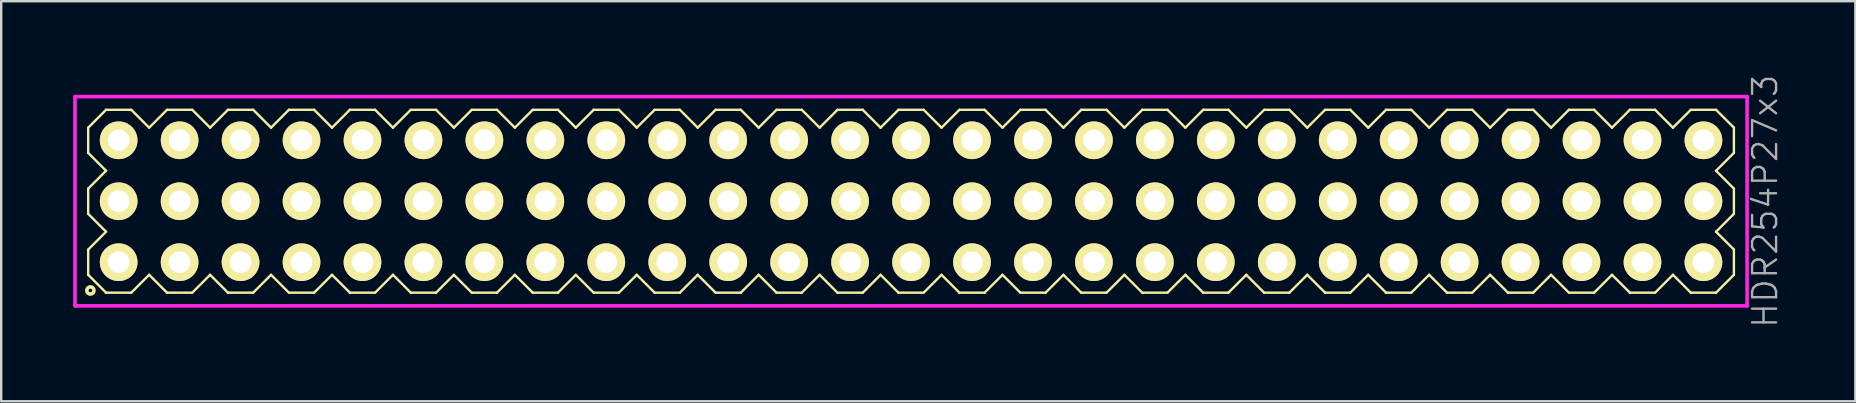
<source format=kicad_pcb>
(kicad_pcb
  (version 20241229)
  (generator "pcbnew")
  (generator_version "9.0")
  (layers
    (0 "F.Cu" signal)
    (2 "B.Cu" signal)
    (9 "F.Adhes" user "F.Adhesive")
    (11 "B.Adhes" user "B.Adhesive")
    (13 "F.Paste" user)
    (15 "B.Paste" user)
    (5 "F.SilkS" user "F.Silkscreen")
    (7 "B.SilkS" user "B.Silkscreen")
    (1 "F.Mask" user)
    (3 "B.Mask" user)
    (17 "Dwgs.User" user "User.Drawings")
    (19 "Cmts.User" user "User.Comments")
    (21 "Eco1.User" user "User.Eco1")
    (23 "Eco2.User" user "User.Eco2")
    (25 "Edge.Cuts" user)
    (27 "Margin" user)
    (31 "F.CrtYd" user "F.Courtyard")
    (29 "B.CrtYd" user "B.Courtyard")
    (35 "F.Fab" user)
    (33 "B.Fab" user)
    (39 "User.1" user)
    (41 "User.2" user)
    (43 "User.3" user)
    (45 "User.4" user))
  (footprint "HDR254P27x3"
    (layer "F.Cu")
    (at 34.915 5.336)
    (property "Reference" "HDR254P27x3" (at 35.59 0 90) (layer "F.Fab") (effects (font (size 1 1) (thickness 0.1))))
    (attr through_hole)
    (fp_line (start -34.29 -3.066) (end -33.546 -3.81) (stroke (width 0.1) (type solid)) (layer "F.SilkS"))
    (fp_line (start -34.29 -2.014) (end -34.29 -3.066) (stroke (width 0.1) (type solid)) (layer "F.SilkS"))
    (fp_line (start -34.29 -0.526) (end -33.546 -1.27) (stroke (width 0.1) (type solid)) (layer "F.SilkS"))
    (fp_line (start -34.29 0.526) (end -34.29 -0.526) (stroke (width 0.1) (type solid)) (layer "F.SilkS"))
    (fp_line (start -34.29 2.014) (end -33.546 1.27) (stroke (width 0.1) (type solid)) (layer "F.SilkS"))
    (fp_line (start -34.29 3.066) (end -34.29 2.014) (stroke (width 0.1) (type solid)) (layer "F.SilkS"))
    (fp_line (start -33.546 -3.81) (end -32.494 -3.81) (stroke (width 0.1) (type solid)) (layer "F.SilkS"))
    (fp_line (start -33.546 -1.27) (end -34.29 -2.014) (stroke (width 0.1) (type solid)) (layer "F.SilkS"))
    (fp_line (start -33.546 1.27) (end -34.29 0.526) (stroke (width 0.1) (type solid)) (layer "F.SilkS"))
    (fp_line (start -33.546 3.81) (end -34.29 3.066) (stroke (width 0.1) (type solid)) (layer "F.SilkS"))
    (fp_line (start -32.494 -3.81) (end -31.75 -3.066) (stroke (width 0.1) (type solid)) (layer "F.SilkS"))
    (fp_line (start -32.494 3.81) (end -33.546 3.81) (stroke (width 0.1) (type solid)) (layer "F.SilkS"))
    (fp_line (start -31.75 -3.066) (end -31.006 -3.81) (stroke (width 0.1) (type solid)) (layer "F.SilkS"))
    (fp_line (start -31.75 3.066) (end -32.494 3.81) (stroke (width 0.1) (type solid)) (layer "F.SilkS"))
    (fp_line (start -31.006 -3.81) (end -29.954 -3.81) (stroke (width 0.1) (type solid)) (layer "F.SilkS"))
    (fp_line (start -31.006 3.81) (end -31.75 3.066) (stroke (width 0.1) (type solid)) (layer "F.SilkS"))
    (fp_line (start -29.954 -3.81) (end -29.21 -3.066) (stroke (width 0.1) (type solid)) (layer "F.SilkS"))
    (fp_line (start -29.954 3.81) (end -31.006 3.81) (stroke (width 0.1) (type solid)) (layer "F.SilkS"))
    (fp_line (start -29.21 -3.066) (end -28.466 -3.81) (stroke (width 0.1) (type solid)) (layer "F.SilkS"))
    (fp_line (start -29.21 3.066) (end -29.954 3.81) (stroke (width 0.1) (type solid)) (layer "F.SilkS"))
    (fp_line (start -28.466 -3.81) (end -27.414 -3.81) (stroke (width 0.1) (type solid)) (layer "F.SilkS"))
    (fp_line (start -28.466 3.81) (end -29.21 3.066) (stroke (width 0.1) (type solid)) (layer "F.SilkS"))
    (fp_line (start -27.414 -3.81) (end -26.67 -3.066) (stroke (width 0.1) (type solid)) (layer "F.SilkS"))
    (fp_line (start -27.414 3.81) (end -28.466 3.81) (stroke (width 0.1) (type solid)) (layer "F.SilkS"))
    (fp_line (start -26.67 -3.066) (end -25.926 -3.81) (stroke (width 0.1) (type solid)) (layer "F.SilkS"))
    (fp_line (start -26.67 3.066) (end -27.414 3.81) (stroke (width 0.1) (type solid)) (layer "F.SilkS"))
    (fp_line (start -25.926 -3.81) (end -24.874 -3.81) (stroke (width 0.1) (type solid)) (layer "F.SilkS"))
    (fp_line (start -25.926 3.81) (end -26.67 3.066) (stroke (width 0.1) (type solid)) (layer "F.SilkS"))
    (fp_line (start -24.874 -3.81) (end -24.13 -3.066) (stroke (width 0.1) (type solid)) (layer "F.SilkS"))
    (fp_line (start -24.874 3.81) (end -25.926 3.81) (stroke (width 0.1) (type solid)) (layer "F.SilkS"))
    (fp_line (start -24.13 -3.066) (end -23.386 -3.81) (stroke (width 0.1) (type solid)) (layer "F.SilkS"))
    (fp_line (start -24.13 3.066) (end -24.874 3.81) (stroke (width 0.1) (type solid)) (layer "F.SilkS"))
    (fp_line (start -23.386 -3.81) (end -22.334 -3.81) (stroke (width 0.1) (type solid)) (layer "F.SilkS"))
    (fp_line (start -23.386 3.81) (end -24.13 3.066) (stroke (width 0.1) (type solid)) (layer "F.SilkS"))
    (fp_line (start -22.334 -3.81) (end -21.59 -3.066) (stroke (width 0.1) (type solid)) (layer "F.SilkS"))
    (fp_line (start -22.334 3.81) (end -23.386 3.81) (stroke (width 0.1) (type solid)) (layer "F.SilkS"))
    (fp_line (start -21.59 -3.066) (end -20.846 -3.81) (stroke (width 0.1) (type solid)) (layer "F.SilkS"))
    (fp_line (start -21.59 3.066) (end -22.334 3.81) (stroke (width 0.1) (type solid)) (layer "F.SilkS"))
    (fp_line (start -20.846 -3.81) (end -19.794 -3.81) (stroke (width 0.1) (type solid)) (layer "F.SilkS"))
    (fp_line (start -20.846 3.81) (end -21.59 3.066) (stroke (width 0.1) (type solid)) (layer "F.SilkS"))
    (fp_line (start -19.794 -3.81) (end -19.05 -3.066) (stroke (width 0.1) (type solid)) (layer "F.SilkS"))
    (fp_line (start -19.794 3.81) (end -20.846 3.81) (stroke (width 0.1) (type solid)) (layer "F.SilkS"))
    (fp_line (start -19.05 -3.066) (end -18.306 -3.81) (stroke (width 0.1) (type solid)) (layer "F.SilkS"))
    (fp_line (start -19.05 3.066) (end -19.794 3.81) (stroke (width 0.1) (type solid)) (layer "F.SilkS"))
    (fp_line (start -18.306 -3.81) (end -17.254 -3.81) (stroke (width 0.1) (type solid)) (layer "F.SilkS"))
    (fp_line (start -18.306 3.81) (end -19.05 3.066) (stroke (width 0.1) (type solid)) (layer "F.SilkS"))
    (fp_line (start -17.254 -3.81) (end -16.51 -3.066) (stroke (width 0.1) (type solid)) (layer "F.SilkS"))
    (fp_line (start -17.254 3.81) (end -18.306 3.81) (stroke (width 0.1) (type solid)) (layer "F.SilkS"))
    (fp_line (start -16.51 -3.066) (end -15.766 -3.81) (stroke (width 0.1) (type solid)) (layer "F.SilkS"))
    (fp_line (start -16.51 3.066) (end -17.254 3.81) (stroke (width 0.1) (type solid)) (layer "F.SilkS"))
    (fp_line (start -15.766 -3.81) (end -14.714 -3.81) (stroke (width 0.1) (type solid)) (layer "F.SilkS"))
    (fp_line (start -15.766 3.81) (end -16.51 3.066) (stroke (width 0.1) (type solid)) (layer "F.SilkS"))
    (fp_line (start -14.714 -3.81) (end -13.97 -3.066) (stroke (width 0.1) (type solid)) (layer "F.SilkS"))
    (fp_line (start -14.714 3.81) (end -15.766 3.81) (stroke (width 0.1) (type solid)) (layer "F.SilkS"))
    (fp_line (start -13.97 -3.066) (end -13.226 -3.81) (stroke (width 0.1) (type solid)) (layer "F.SilkS"))
    (fp_line (start -13.97 3.066) (end -14.714 3.81) (stroke (width 0.1) (type solid)) (layer "F.SilkS"))
    (fp_line (start -13.226 -3.81) (end -12.174 -3.81) (stroke (width 0.1) (type solid)) (layer "F.SilkS"))
    (fp_line (start -13.226 3.81) (end -13.97 3.066) (stroke (width 0.1) (type solid)) (layer "F.SilkS"))
    (fp_line (start -12.174 -3.81) (end -11.43 -3.066) (stroke (width 0.1) (type solid)) (layer "F.SilkS"))
    (fp_line (start -12.174 3.81) (end -13.226 3.81) (stroke (width 0.1) (type solid)) (layer "F.SilkS"))
    (fp_line (start -11.43 -3.066) (end -10.686 -3.81) (stroke (width 0.1) (type solid)) (layer "F.SilkS"))
    (fp_line (start -11.43 3.066) (end -12.174 3.81) (stroke (width 0.1) (type solid)) (layer "F.SilkS"))
    (fp_line (start -10.686 -3.81) (end -9.634 -3.81) (stroke (width 0.1) (type solid)) (layer "F.SilkS"))
    (fp_line (start -10.686 3.81) (end -11.43 3.066) (stroke (width 0.1) (type solid)) (layer "F.SilkS"))
    (fp_line (start -9.634 -3.81) (end -8.89 -3.066) (stroke (width 0.1) (type solid)) (layer "F.SilkS"))
    (fp_line (start -9.634 3.81) (end -10.686 3.81) (stroke (width 0.1) (type solid)) (layer "F.SilkS"))
    (fp_line (start -8.89 -3.066) (end -8.146 -3.81) (stroke (width 0.1) (type solid)) (layer "F.SilkS"))
    (fp_line (start -8.89 3.066) (end -9.634 3.81) (stroke (width 0.1) (type solid)) (layer "F.SilkS"))
    (fp_line (start -8.146 -3.81) (end -7.094 -3.81) (stroke (width 0.1) (type solid)) (layer "F.SilkS"))
    (fp_line (start -8.146 3.81) (end -8.89 3.066) (stroke (width 0.1) (type solid)) (layer "F.SilkS"))
    (fp_line (start -7.094 -3.81) (end -6.35 -3.066) (stroke (width 0.1) (type solid)) (layer "F.SilkS"))
    (fp_line (start -7.094 3.81) (end -8.146 3.81) (stroke (width 0.1) (type solid)) (layer "F.SilkS"))
    (fp_line (start -6.35 -3.066) (end -5.606 -3.81) (stroke (width 0.1) (type solid)) (layer "F.SilkS"))
    (fp_line (start -6.35 3.066) (end -7.094 3.81) (stroke (width 0.1) (type solid)) (layer "F.SilkS"))
    (fp_line (start -5.606 -3.81) (end -4.554 -3.81) (stroke (width 0.1) (type solid)) (layer "F.SilkS"))
    (fp_line (start -5.606 3.81) (end -6.35 3.066) (stroke (width 0.1) (type solid)) (layer "F.SilkS"))
    (fp_line (start -4.554 -3.81) (end -3.81 -3.066) (stroke (width 0.1) (type solid)) (layer "F.SilkS"))
    (fp_line (start -4.554 3.81) (end -5.606 3.81) (stroke (width 0.1) (type solid)) (layer "F.SilkS"))
    (fp_line (start -3.81 -3.066) (end -3.066 -3.81) (stroke (width 0.1) (type solid)) (layer "F.SilkS"))
    (fp_line (start -3.81 3.066) (end -4.554 3.81) (stroke (width 0.1) (type solid)) (layer "F.SilkS"))
    (fp_line (start -3.066 -3.81) (end -2.014 -3.81) (stroke (width 0.1) (type solid)) (layer "F.SilkS"))
    (fp_line (start -3.066 3.81) (end -3.81 3.066) (stroke (width 0.1) (type solid)) (layer "F.SilkS"))
    (fp_line (start -2.014 -3.81) (end -1.27 -3.066) (stroke (width 0.1) (type solid)) (layer "F.SilkS"))
    (fp_line (start -2.014 3.81) (end -3.066 3.81) (stroke (width 0.1) (type solid)) (layer "F.SilkS"))
    (fp_line (start -1.27 -3.066) (end -0.526 -3.81) (stroke (width 0.1) (type solid)) (layer "F.SilkS"))
    (fp_line (start -1.27 3.066) (end -2.014 3.81) (stroke (width 0.1) (type solid)) (layer "F.SilkS"))
    (fp_line (start -0.526 -3.81) (end 0.526 -3.81) (stroke (width 0.1) (type solid)) (layer "F.SilkS"))
    (fp_line (start -0.526 3.81) (end -1.27 3.066) (stroke (width 0.1) (type solid)) (layer "F.SilkS"))
    (fp_line (start 0.526 -3.81) (end 1.27 -3.066) (stroke (width 0.1) (type solid)) (layer "F.SilkS"))
    (fp_line (start 0.526 3.81) (end -0.526 3.81) (stroke (width 0.1) (type solid)) (layer "F.SilkS"))
    (fp_line (start 1.27 -3.066) (end 2.014 -3.81) (stroke (width 0.1) (type solid)) (layer "F.SilkS"))
    (fp_line (start 1.27 3.066) (end 0.526 3.81) (stroke (width 0.1) (type solid)) (layer "F.SilkS"))
    (fp_line (start 2.014 -3.81) (end 3.066 -3.81) (stroke (width 0.1) (type solid)) (layer "F.SilkS"))
    (fp_line (start 2.014 3.81) (end 1.27 3.066) (stroke (width 0.1) (type solid)) (layer "F.SilkS"))
    (fp_line (start 3.066 -3.81) (end 3.81 -3.066) (stroke (width 0.1) (type solid)) (layer "F.SilkS"))
    (fp_line (start 3.066 3.81) (end 2.014 3.81) (stroke (width 0.1) (type solid)) (layer "F.SilkS"))
    (fp_line (start 3.81 -3.066) (end 4.554 -3.81) (stroke (width 0.1) (type solid)) (layer "F.SilkS"))
    (fp_line (start 3.81 3.066) (end 3.066 3.81) (stroke (width 0.1) (type solid)) (layer "F.SilkS"))
    (fp_line (start 4.554 -3.81) (end 5.606 -3.81) (stroke (width 0.1) (type solid)) (layer "F.SilkS"))
    (fp_line (start 4.554 3.81) (end 3.81 3.066) (stroke (width 0.1) (type solid)) (layer "F.SilkS"))
    (fp_line (start 5.606 -3.81) (end 6.35 -3.066) (stroke (width 0.1) (type solid)) (layer "F.SilkS"))
    (fp_line (start 5.606 3.81) (end 4.554 3.81) (stroke (width 0.1) (type solid)) (layer "F.SilkS"))
    (fp_line (start 6.35 -3.066) (end 7.094 -3.81) (stroke (width 0.1) (type solid)) (layer "F.SilkS"))
    (fp_line (start 6.35 3.066) (end 5.606 3.81) (stroke (width 0.1) (type solid)) (layer "F.SilkS"))
    (fp_line (start 7.094 -3.81) (end 8.146 -3.81) (stroke (width 0.1) (type solid)) (layer "F.SilkS"))
    (fp_line (start 7.094 3.81) (end 6.35 3.066) (stroke (width 0.1) (type solid)) (layer "F.SilkS"))
    (fp_line (start 8.146 -3.81) (end 8.89 -3.066) (stroke (width 0.1) (type solid)) (layer "F.SilkS"))
    (fp_line (start 8.146 3.81) (end 7.094 3.81) (stroke (width 0.1) (type solid)) (layer "F.SilkS"))
    (fp_line (start 8.89 -3.066) (end 9.634 -3.81) (stroke (width 0.1) (type solid)) (layer "F.SilkS"))
    (fp_line (start 8.89 3.066) (end 8.146 3.81) (stroke (width 0.1) (type solid)) (layer "F.SilkS"))
    (fp_line (start 9.634 -3.81) (end 10.686 -3.81) (stroke (width 0.1) (type solid)) (layer "F.SilkS"))
    (fp_line (start 9.634 3.81) (end 8.89 3.066) (stroke (width 0.1) (type solid)) (layer "F.SilkS"))
    (fp_line (start 10.686 -3.81) (end 11.43 -3.066) (stroke (width 0.1) (type solid)) (layer "F.SilkS"))
    (fp_line (start 10.686 3.81) (end 9.634 3.81) (stroke (width 0.1) (type solid)) (layer "F.SilkS"))
    (fp_line (start 11.43 -3.066) (end 12.174 -3.81) (stroke (width 0.1) (type solid)) (layer "F.SilkS"))
    (fp_line (start 11.43 3.066) (end 10.686 3.81) (stroke (width 0.1) (type solid)) (layer "F.SilkS"))
    (fp_line (start 12.174 -3.81) (end 13.226 -3.81) (stroke (width 0.1) (type solid)) (layer "F.SilkS"))
    (fp_line (start 12.174 3.81) (end 11.43 3.066) (stroke (width 0.1) (type solid)) (layer "F.SilkS"))
    (fp_line (start 13.226 -3.81) (end 13.97 -3.066) (stroke (width 0.1) (type solid)) (layer "F.SilkS"))
    (fp_line (start 13.226 3.81) (end 12.174 3.81) (stroke (width 0.1) (type solid)) (layer "F.SilkS"))
    (fp_line (start 13.97 -3.066) (end 14.714 -3.81) (stroke (width 0.1) (type solid)) (layer "F.SilkS"))
    (fp_line (start 13.97 3.066) (end 13.226 3.81) (stroke (width 0.1) (type solid)) (layer "F.SilkS"))
    (fp_line (start 14.714 -3.81) (end 15.766 -3.81) (stroke (width 0.1) (type solid)) (layer "F.SilkS"))
    (fp_line (start 14.714 3.81) (end 13.97 3.066) (stroke (width 0.1) (type solid)) (layer "F.SilkS"))
    (fp_line (start 15.766 -3.81) (end 16.51 -3.066) (stroke (width 0.1) (type solid)) (layer "F.SilkS"))
    (fp_line (start 15.766 3.81) (end 14.714 3.81) (stroke (width 0.1) (type solid)) (layer "F.SilkS"))
    (fp_line (start 16.51 -3.066) (end 17.254 -3.81) (stroke (width 0.1) (type solid)) (layer "F.SilkS"))
    (fp_line (start 16.51 3.066) (end 15.766 3.81) (stroke (width 0.1) (type solid)) (layer "F.SilkS"))
    (fp_line (start 17.254 -3.81) (end 18.306 -3.81) (stroke (width 0.1) (type solid)) (layer "F.SilkS"))
    (fp_line (start 17.254 3.81) (end 16.51 3.066) (stroke (width 0.1) (type solid)) (layer "F.SilkS"))
    (fp_line (start 18.306 -3.81) (end 19.05 -3.066) (stroke (width 0.1) (type solid)) (layer "F.SilkS"))
    (fp_line (start 18.306 3.81) (end 17.254 3.81) (stroke (width 0.1) (type solid)) (layer "F.SilkS"))
    (fp_line (start 19.05 -3.066) (end 19.794 -3.81) (stroke (width 0.1) (type solid)) (layer "F.SilkS"))
    (fp_line (start 19.05 3.066) (end 18.306 3.81) (stroke (width 0.1) (type solid)) (layer "F.SilkS"))
    (fp_line (start 19.794 -3.81) (end 20.846 -3.81) (stroke (width 0.1) (type solid)) (layer "F.SilkS"))
    (fp_line (start 19.794 3.81) (end 19.05 3.066) (stroke (width 0.1) (type solid)) (layer "F.SilkS"))
    (fp_line (start 20.846 -3.81) (end 21.59 -3.066) (stroke (width 0.1) (type solid)) (layer "F.SilkS"))
    (fp_line (start 20.846 3.81) (end 19.794 3.81) (stroke (width 0.1) (type solid)) (layer "F.SilkS"))
    (fp_line (start 21.59 -3.066) (end 22.334 -3.81) (stroke (width 0.1) (type solid)) (layer "F.SilkS"))
    (fp_line (start 21.59 3.066) (end 20.846 3.81) (stroke (width 0.1) (type solid)) (layer "F.SilkS"))
    (fp_line (start 22.334 -3.81) (end 23.386 -3.81) (stroke (width 0.1) (type solid)) (layer "F.SilkS"))
    (fp_line (start 22.334 3.81) (end 21.59 3.066) (stroke (width 0.1) (type solid)) (layer "F.SilkS"))
    (fp_line (start 23.386 -3.81) (end 24.13 -3.066) (stroke (width 0.1) (type solid)) (layer "F.SilkS"))
    (fp_line (start 23.386 3.81) (end 22.334 3.81) (stroke (width 0.1) (type solid)) (layer "F.SilkS"))
    (fp_line (start 24.13 -3.066) (end 24.874 -3.81) (stroke (width 0.1) (type solid)) (layer "F.SilkS"))
    (fp_line (start 24.13 3.066) (end 23.386 3.81) (stroke (width 0.1) (type solid)) (layer "F.SilkS"))
    (fp_line (start 24.874 -3.81) (end 25.926 -3.81) (stroke (width 0.1) (type solid)) (layer "F.SilkS"))
    (fp_line (start 24.874 3.81) (end 24.13 3.066) (stroke (width 0.1) (type solid)) (layer "F.SilkS"))
    (fp_line (start 25.926 -3.81) (end 26.67 -3.066) (stroke (width 0.1) (type solid)) (layer "F.SilkS"))
    (fp_line (start 25.926 3.81) (end 24.874 3.81) (stroke (width 0.1) (type solid)) (layer "F.SilkS"))
    (fp_line (start 26.67 -3.066) (end 27.414 -3.81) (stroke (width 0.1) (type solid)) (layer "F.SilkS"))
    (fp_line (start 26.67 3.066) (end 25.926 3.81) (stroke (width 0.1) (type solid)) (layer "F.SilkS"))
    (fp_line (start 27.414 -3.81) (end 28.466 -3.81) (stroke (width 0.1) (type solid)) (layer "F.SilkS"))
    (fp_line (start 27.414 3.81) (end 26.67 3.066) (stroke (width 0.1) (type solid)) (layer "F.SilkS"))
    (fp_line (start 28.466 -3.81) (end 29.21 -3.066) (stroke (width 0.1) (type solid)) (layer "F.SilkS"))
    (fp_line (start 28.466 3.81) (end 27.414 3.81) (stroke (width 0.1) (type solid)) (layer "F.SilkS"))
    (fp_line (start 29.21 -3.066) (end 29.954 -3.81) (stroke (width 0.1) (type solid)) (layer "F.SilkS"))
    (fp_line (start 29.21 3.066) (end 28.466 3.81) (stroke (width 0.1) (type solid)) (layer "F.SilkS"))
    (fp_line (start 29.954 -3.81) (end 31.006 -3.81) (stroke (width 0.1) (type solid)) (layer "F.SilkS"))
    (fp_line (start 29.954 3.81) (end 29.21 3.066) (stroke (width 0.1) (type solid)) (layer "F.SilkS"))
    (fp_line (start 31.006 -3.81) (end 31.75 -3.066) (stroke (width 0.1) (type solid)) (layer "F.SilkS"))
    (fp_line (start 31.006 3.81) (end 29.954 3.81) (stroke (width 0.1) (type solid)) (layer "F.SilkS"))
    (fp_line (start 31.75 -3.066) (end 32.494 -3.81) (stroke (width 0.1) (type solid)) (layer "F.SilkS"))
    (fp_line (start 31.75 3.066) (end 31.006 3.81) (stroke (width 0.1) (type solid)) (layer "F.SilkS"))
    (fp_line (start 32.494 -3.81) (end 33.546 -3.81) (stroke (width 0.1) (type solid)) (layer "F.SilkS"))
    (fp_line (start 32.494 3.81) (end 31.75 3.066) (stroke (width 0.1) (type solid)) (layer "F.SilkS"))
    (fp_line (start 33.546 -3.81) (end 34.29 -3.066) (stroke (width 0.1) (type solid)) (layer "F.SilkS"))
    (fp_line (start 33.546 -1.27) (end 34.29 -0.526) (stroke (width 0.1) (type solid)) (layer "F.SilkS"))
    (fp_line (start 33.546 1.27) (end 34.29 2.014) (stroke (width 0.1) (type solid)) (layer "F.SilkS"))
    (fp_line (start 33.546 3.81) (end 32.494 3.81) (stroke (width 0.1) (type solid)) (layer "F.SilkS"))
    (fp_line (start 34.29 -3.066) (end 34.29 -2.014) (stroke (width 0.1) (type solid)) (layer "F.SilkS"))
    (fp_line (start 34.29 -2.014) (end 33.546 -1.27) (stroke (width 0.1) (type solid)) (layer "F.SilkS"))
    (fp_line (start 34.29 -0.526) (end 34.29 0.526) (stroke (width 0.1) (type solid)) (layer "F.SilkS"))
    (fp_line (start 34.29 0.526) (end 33.546 1.27) (stroke (width 0.1) (type solid)) (layer "F.SilkS"))
    (fp_line (start 34.29 2.014) (end 34.29 3.066) (stroke (width 0.1) (type solid)) (layer "F.SilkS"))
    (fp_line (start 34.29 3.066) (end 33.546 3.81) (stroke (width 0.1) (type solid)) (layer "F.SilkS"))
    (fp_circle (center -34.198 3.718) (end -34.048 3.718) (stroke (width 0.15) (type solid)) (fill no) (layer "F.SilkS"))
    (fp_line (start -34.84 -4.36) (end -34.84 4.36) (stroke (width 0.15) (type solid)) (layer "F.CrtYd"))
    (fp_line (start -34.84 4.36) (end 34.84 4.36) (stroke (width 0.15) (type solid)) (layer "F.CrtYd"))
    (fp_line (start 34.84 -4.36) (end -34.84 -4.36) (stroke (width 0.15) (type solid)) (layer "F.CrtYd"))
    (fp_line (start 34.84 4.36) (end 34.84 -4.36) (stroke (width 0.15) (type solid)) (layer "F.CrtYd"))
    (pad "1" thru_hole oval (at -33.02 2.54) (size 1.57 1.57) (drill 0.9) (layers "*.Cu" "*.Mask" "F.SilkS"))
    (pad "2" thru_hole oval (at -33.02 0) (size 1.57 1.57) (drill 0.9) (layers "*.Cu" "*.Mask" "F.SilkS"))
    (pad "3" thru_hole oval (at -33.02 -2.54) (size 1.57 1.57) (drill 0.9) (layers "*.Cu" "*.Mask" "F.SilkS"))
    (pad "4" thru_hole oval (at -30.48 2.54) (size 1.57 1.57) (drill 0.9) (layers "*.Cu" "*.Mask" "F.SilkS"))
    (pad "5" thru_hole oval (at -30.48 0) (size 1.57 1.57) (drill 0.9) (layers "*.Cu" "*.Mask" "F.SilkS"))
    (pad "6" thru_hole oval (at -30.48 -2.54) (size 1.57 1.57) (drill 0.9) (layers "*.Cu" "*.Mask" "F.SilkS"))
    (pad "7" thru_hole oval (at -27.94 2.54) (size 1.57 1.57) (drill 0.9) (layers "*.Cu" "*.Mask" "F.SilkS"))
    (pad "8" thru_hole oval (at -27.94 0) (size 1.57 1.57) (drill 0.9) (layers "*.Cu" "*.Mask" "F.SilkS"))
    (pad "9" thru_hole oval (at -27.94 -2.54) (size 1.57 1.57) (drill 0.9) (layers "*.Cu" "*.Mask" "F.SilkS"))
    (pad "10" thru_hole oval (at -25.4 2.54) (size 1.57 1.57) (drill 0.9) (layers "*.Cu" "*.Mask" "F.SilkS"))
    (pad "11" thru_hole oval (at -25.4 0) (size 1.57 1.57) (drill 0.9) (layers "*.Cu" "*.Mask" "F.SilkS"))
    (pad "12" thru_hole oval (at -25.4 -2.54) (size 1.57 1.57) (drill 0.9) (layers "*.Cu" "*.Mask" "F.SilkS"))
    (pad "13" thru_hole oval (at -22.86 2.54) (size 1.57 1.57) (drill 0.9) (layers "*.Cu" "*.Mask" "F.SilkS"))
    (pad "14" thru_hole oval (at -22.86 0) (size 1.57 1.57) (drill 0.9) (layers "*.Cu" "*.Mask" "F.SilkS"))
    (pad "15" thru_hole oval (at -22.86 -2.54) (size 1.57 1.57) (drill 0.9) (layers "*.Cu" "*.Mask" "F.SilkS"))
    (pad "16" thru_hole oval (at -20.32 2.54) (size 1.57 1.57) (drill 0.9) (layers "*.Cu" "*.Mask" "F.SilkS"))
    (pad "17" thru_hole oval (at -20.32 0) (size 1.57 1.57) (drill 0.9) (layers "*.Cu" "*.Mask" "F.SilkS"))
    (pad "18" thru_hole oval (at -20.32 -2.54) (size 1.57 1.57) (drill 0.9) (layers "*.Cu" "*.Mask" "F.SilkS"))
    (pad "19" thru_hole oval (at -17.78 2.54) (size 1.57 1.57) (drill 0.9) (layers "*.Cu" "*.Mask" "F.SilkS"))
    (pad "20" thru_hole oval (at -17.78 0) (size 1.57 1.57) (drill 0.9) (layers "*.Cu" "*.Mask" "F.SilkS"))
    (pad "21" thru_hole oval (at -17.78 -2.54) (size 1.57 1.57) (drill 0.9) (layers "*.Cu" "*.Mask" "F.SilkS"))
    (pad "22" thru_hole oval (at -15.24 2.54) (size 1.57 1.57) (drill 0.9) (layers "*.Cu" "*.Mask" "F.SilkS"))
    (pad "23" thru_hole oval (at -15.24 0) (size 1.57 1.57) (drill 0.9) (layers "*.Cu" "*.Mask" "F.SilkS"))
    (pad "24" thru_hole oval (at -15.24 -2.54) (size 1.57 1.57) (drill 0.9) (layers "*.Cu" "*.Mask" "F.SilkS"))
    (pad "25" thru_hole oval (at -12.7 2.54) (size 1.57 1.57) (drill 0.9) (layers "*.Cu" "*.Mask" "F.SilkS"))
    (pad "26" thru_hole oval (at -12.7 0) (size 1.57 1.57) (drill 0.9) (layers "*.Cu" "*.Mask" "F.SilkS"))
    (pad "27" thru_hole oval (at -12.7 -2.54) (size 1.57 1.57) (drill 0.9) (layers "*.Cu" "*.Mask" "F.SilkS"))
    (pad "28" thru_hole oval (at -10.16 2.54) (size 1.57 1.57) (drill 0.9) (layers "*.Cu" "*.Mask" "F.SilkS"))
    (pad "29" thru_hole oval (at -10.16 0) (size 1.57 1.57) (drill 0.9) (layers "*.Cu" "*.Mask" "F.SilkS"))
    (pad "30" thru_hole oval (at -10.16 -2.54) (size 1.57 1.57) (drill 0.9) (layers "*.Cu" "*.Mask" "F.SilkS"))
    (pad "31" thru_hole oval (at -7.62 2.54) (size 1.57 1.57) (drill 0.9) (layers "*.Cu" "*.Mask" "F.SilkS"))
    (pad "32" thru_hole oval (at -7.62 0) (size 1.57 1.57) (drill 0.9) (layers "*.Cu" "*.Mask" "F.SilkS"))
    (pad "33" thru_hole oval (at -7.62 -2.54) (size 1.57 1.57) (drill 0.9) (layers "*.Cu" "*.Mask" "F.SilkS"))
    (pad "34" thru_hole oval (at -5.08 2.54) (size 1.57 1.57) (drill 0.9) (layers "*.Cu" "*.Mask" "F.SilkS"))
    (pad "35" thru_hole oval (at -5.08 0) (size 1.57 1.57) (drill 0.9) (layers "*.Cu" "*.Mask" "F.SilkS"))
    (pad "36" thru_hole oval (at -5.08 -2.54) (size 1.57 1.57) (drill 0.9) (layers "*.Cu" "*.Mask" "F.SilkS"))
    (pad "37" thru_hole oval (at -2.54 2.54) (size 1.57 1.57) (drill 0.9) (layers "*.Cu" "*.Mask" "F.SilkS"))
    (pad "38" thru_hole oval (at -2.54 0) (size 1.57 1.57) (drill 0.9) (layers "*.Cu" "*.Mask" "F.SilkS"))
    (pad "39" thru_hole oval (at -2.54 -2.54) (size 1.57 1.57) (drill 0.9) (layers "*.Cu" "*.Mask" "F.SilkS"))
    (pad "40" thru_hole oval (at 0 2.54) (size 1.57 1.57) (drill 0.9) (layers "*.Cu" "*.Mask" "F.SilkS"))
    (pad "41" thru_hole oval (at 0 0) (size 1.57 1.57) (drill 0.9) (layers "*.Cu" "*.Mask" "F.SilkS"))
    (pad "42" thru_hole oval (at 0 -2.54) (size 1.57 1.57) (drill 0.9) (layers "*.Cu" "*.Mask" "F.SilkS"))
    (pad "43" thru_hole oval (at 2.54 2.54) (size 1.57 1.57) (drill 0.9) (layers "*.Cu" "*.Mask" "F.SilkS"))
    (pad "44" thru_hole oval (at 2.54 0) (size 1.57 1.57) (drill 0.9) (layers "*.Cu" "*.Mask" "F.SilkS"))
    (pad "45" thru_hole oval (at 2.54 -2.54) (size 1.57 1.57) (drill 0.9) (layers "*.Cu" "*.Mask" "F.SilkS"))
    (pad "46" thru_hole oval (at 5.08 2.54) (size 1.57 1.57) (drill 0.9) (layers "*.Cu" "*.Mask" "F.SilkS"))
    (pad "47" thru_hole oval (at 5.08 0) (size 1.57 1.57) (drill 0.9) (layers "*.Cu" "*.Mask" "F.SilkS"))
    (pad "48" thru_hole oval (at 5.08 -2.54) (size 1.57 1.57) (drill 0.9) (layers "*.Cu" "*.Mask" "F.SilkS"))
    (pad "49" thru_hole oval (at 7.62 2.54) (size 1.57 1.57) (drill 0.9) (layers "*.Cu" "*.Mask" "F.SilkS"))
    (pad "50" thru_hole oval (at 7.62 0) (size 1.57 1.57) (drill 0.9) (layers "*.Cu" "*.Mask" "F.SilkS"))
    (pad "51" thru_hole oval (at 7.62 -2.54) (size 1.57 1.57) (drill 0.9) (layers "*.Cu" "*.Mask" "F.SilkS"))
    (pad "52" thru_hole oval (at 10.16 2.54) (size 1.57 1.57) (drill 0.9) (layers "*.Cu" "*.Mask" "F.SilkS"))
    (pad "53" thru_hole oval (at 10.16 0) (size 1.57 1.57) (drill 0.9) (layers "*.Cu" "*.Mask" "F.SilkS"))
    (pad "54" thru_hole oval (at 10.16 -2.54) (size 1.57 1.57) (drill 0.9) (layers "*.Cu" "*.Mask" "F.SilkS"))
    (pad "55" thru_hole oval (at 12.7 2.54) (size 1.57 1.57) (drill 0.9) (layers "*.Cu" "*.Mask" "F.SilkS"))
    (pad "56" thru_hole oval (at 12.7 0) (size 1.57 1.57) (drill 0.9) (layers "*.Cu" "*.Mask" "F.SilkS"))
    (pad "57" thru_hole oval (at 12.7 -2.54) (size 1.57 1.57) (drill 0.9) (layers "*.Cu" "*.Mask" "F.SilkS"))
    (pad "58" thru_hole oval (at 15.24 2.54) (size 1.57 1.57) (drill 0.9) (layers "*.Cu" "*.Mask" "F.SilkS"))
    (pad "59" thru_hole oval (at 15.24 0) (size 1.57 1.57) (drill 0.9) (layers "*.Cu" "*.Mask" "F.SilkS"))
    (pad "60" thru_hole oval (at 15.24 -2.54) (size 1.57 1.57) (drill 0.9) (layers "*.Cu" "*.Mask" "F.SilkS"))
    (pad "61" thru_hole oval (at 17.78 2.54) (size 1.57 1.57) (drill 0.9) (layers "*.Cu" "*.Mask" "F.SilkS"))
    (pad "62" thru_hole oval (at 17.78 0) (size 1.57 1.57) (drill 0.9) (layers "*.Cu" "*.Mask" "F.SilkS"))
    (pad "63" thru_hole oval (at 17.78 -2.54) (size 1.57 1.57) (drill 0.9) (layers "*.Cu" "*.Mask" "F.SilkS"))
    (pad "64" thru_hole oval (at 20.32 2.54) (size 1.57 1.57) (drill 0.9) (layers "*.Cu" "*.Mask" "F.SilkS"))
    (pad "65" thru_hole oval (at 20.32 0) (size 1.57 1.57) (drill 0.9) (layers "*.Cu" "*.Mask" "F.SilkS"))
    (pad "66" thru_hole oval (at 20.32 -2.54) (size 1.57 1.57) (drill 0.9) (layers "*.Cu" "*.Mask" "F.SilkS"))
    (pad "67" thru_hole oval (at 22.86 2.54) (size 1.57 1.57) (drill 0.9) (layers "*.Cu" "*.Mask" "F.SilkS"))
    (pad "68" thru_hole oval (at 22.86 0) (size 1.57 1.57) (drill 0.9) (layers "*.Cu" "*.Mask" "F.SilkS"))
    (pad "69" thru_hole oval (at 22.86 -2.54) (size 1.57 1.57) (drill 0.9) (layers "*.Cu" "*.Mask" "F.SilkS"))
    (pad "70" thru_hole oval (at 25.4 2.54) (size 1.57 1.57) (drill 0.9) (layers "*.Cu" "*.Mask" "F.SilkS"))
    (pad "71" thru_hole oval (at 25.4 0) (size 1.57 1.57) (drill 0.9) (layers "*.Cu" "*.Mask" "F.SilkS"))
    (pad "72" thru_hole oval (at 25.4 -2.54) (size 1.57 1.57) (drill 0.9) (layers "*.Cu" "*.Mask" "F.SilkS"))
    (pad "73" thru_hole oval (at 27.94 2.54) (size 1.57 1.57) (drill 0.9) (layers "*.Cu" "*.Mask" "F.SilkS"))
    (pad "74" thru_hole oval (at 27.94 0) (size 1.57 1.57) (drill 0.9) (layers "*.Cu" "*.Mask" "F.SilkS"))
    (pad "75" thru_hole oval (at 27.94 -2.54) (size 1.57 1.57) (drill 0.9) (layers "*.Cu" "*.Mask" "F.SilkS"))
    (pad "76" thru_hole oval (at 30.48 2.54) (size 1.57 1.57) (drill 0.9) (layers "*.Cu" "*.Mask" "F.SilkS"))
    (pad "77" thru_hole oval (at 30.48 0) (size 1.57 1.57) (drill 0.9) (layers "*.Cu" "*.Mask" "F.SilkS"))
    (pad "78" thru_hole oval (at 30.48 -2.54) (size 1.57 1.57) (drill 0.9) (layers "*.Cu" "*.Mask" "F.SilkS"))
    (pad "79" thru_hole oval (at 33.02 2.54) (size 1.57 1.57) (drill 0.9) (layers "*.Cu" "*.Mask" "F.SilkS"))
    (pad "80" thru_hole oval (at 33.02 0) (size 1.57 1.57) (drill 0.9) (layers "*.Cu" "*.Mask" "F.SilkS"))
    (pad "81" thru_hole oval (at 33.02 -2.54) (size 1.57 1.57) (drill 0.9) (layers "*.Cu" "*.Mask" "F.SilkS")))
  (gr_rect
    (start -3 -3)
    (end 74.266 13.671)
    (stroke (width 0.1) (type default))
    (fill no)
    (layer "Edge.Cuts")))
</source>
